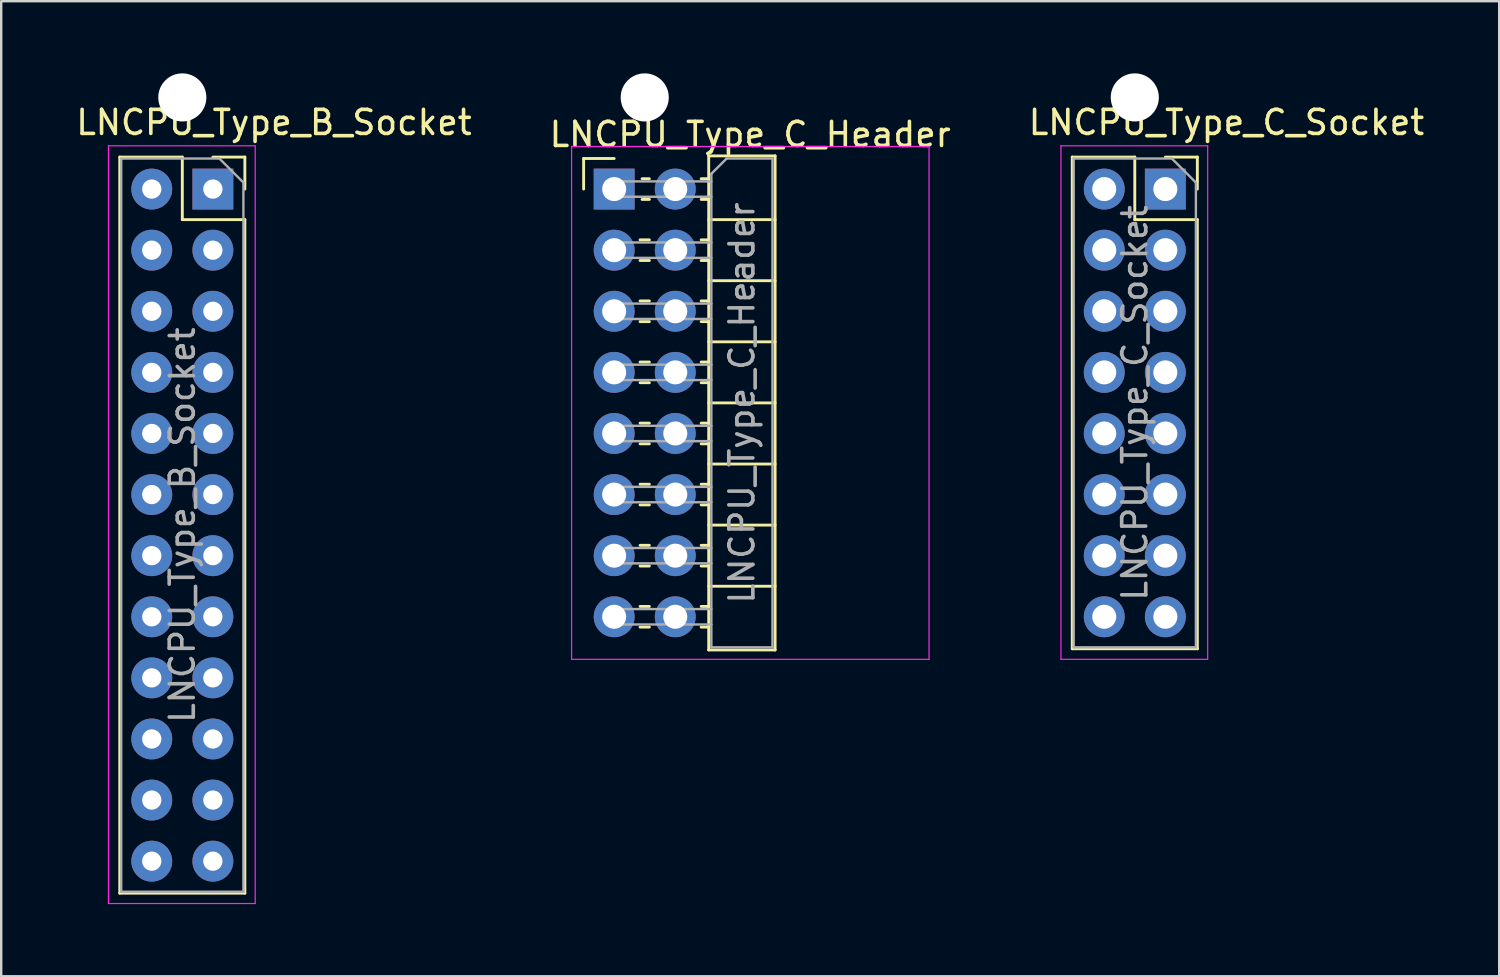
<source format=kicad_pcb>
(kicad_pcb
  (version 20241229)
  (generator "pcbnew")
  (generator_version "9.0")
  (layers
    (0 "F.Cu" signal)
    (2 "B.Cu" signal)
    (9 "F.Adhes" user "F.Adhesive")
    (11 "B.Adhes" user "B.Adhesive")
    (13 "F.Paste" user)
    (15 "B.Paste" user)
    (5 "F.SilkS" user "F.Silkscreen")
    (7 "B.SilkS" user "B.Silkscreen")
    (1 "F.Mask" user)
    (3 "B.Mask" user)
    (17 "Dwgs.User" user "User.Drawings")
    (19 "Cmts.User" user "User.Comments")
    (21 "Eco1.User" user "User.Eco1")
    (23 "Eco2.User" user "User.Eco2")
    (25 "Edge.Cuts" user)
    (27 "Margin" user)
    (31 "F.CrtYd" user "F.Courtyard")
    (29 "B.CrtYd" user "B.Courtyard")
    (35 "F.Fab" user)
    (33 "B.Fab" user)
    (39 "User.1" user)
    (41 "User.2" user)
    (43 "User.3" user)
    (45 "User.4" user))
  (footprint "LNCPU_Type_C_Socket"
    (layer "F.Cu")
    (at 45.395 4.81)
    (property "Reference" "LNCPU_Type_C_Socket" (at 2.54 -2.77 0) (layer "F.SilkS") (effects (font (size 1 1) (thickness 0.15))))
    (attr through_hole)
    (fp_line (start -3.87 -1.33) (end -3.87 19.11) (stroke (width 0.12) (type solid)) (layer "F.SilkS"))
    (fp_line (start -3.87 -1.33) (end -1.27 -1.33) (stroke (width 0.12) (type solid)) (layer "F.SilkS"))
    (fp_line (start -3.87 19.11) (end 1.33 19.11) (stroke (width 0.12) (type solid)) (layer "F.SilkS"))
    (fp_line (start -1.27 -1.33) (end -1.27 1.27) (stroke (width 0.12) (type solid)) (layer "F.SilkS"))
    (fp_line (start -1.27 1.27) (end 1.33 1.27) (stroke (width 0.12) (type solid)) (layer "F.SilkS"))
    (fp_line (start 0 -1.33) (end 1.33 -1.33) (stroke (width 0.12) (type solid)) (layer "F.SilkS"))
    (fp_line (start 1.33 -1.33) (end 1.33 0) (stroke (width 0.12) (type solid)) (layer "F.SilkS"))
    (fp_line (start 1.33 1.27) (end 1.33 19.11) (stroke (width 0.12) (type solid)) (layer "F.SilkS"))
    (fp_line (start -4.34 -1.8) (end 1.76 -1.8) (stroke (width 0.05) (type solid)) (layer "F.CrtYd"))
    (fp_line (start -4.34 19.55) (end -4.34 -1.8) (stroke (width 0.05) (type solid)) (layer "F.CrtYd"))
    (fp_line (start 1.76 -1.8) (end 1.76 19.55) (stroke (width 0.05) (type solid)) (layer "F.CrtYd"))
    (fp_line (start 1.76 19.55) (end -4.34 19.55) (stroke (width 0.05) (type solid)) (layer "F.CrtYd"))
    (fp_line (start -3.81 -1.27) (end 0.27 -1.27) (stroke (width 0.1) (type solid)) (layer "F.Fab"))
    (fp_line (start -3.81 19.05) (end -3.81 -1.27) (stroke (width 0.1) (type solid)) (layer "F.Fab"))
    (fp_line (start 0.27 -1.27) (end 1.27 -0.27) (stroke (width 0.1) (type solid)) (layer "F.Fab"))
    (fp_line (start 1.27 -0.27) (end 1.27 19.05) (stroke (width 0.1) (type solid)) (layer "F.Fab"))
    (fp_line (start 1.27 19.05) (end -3.81 19.05) (stroke (width 0.1) (type solid)) (layer "F.Fab"))
    (fp_text user "${REFERENCE}" (at -1.27 8.89 90) (layer "F.Fab") (effects (font (size 1 1) (thickness 0.15))))
    (pad "" np_thru_hole circle (at -1.27 -3.81) (size 2 2) (drill 2) (layers "*.Cu" "*.Mask"))
    (pad "1" thru_hole rect (at 0 0) (size 1.7 1.7) (drill 1) (layers "*.Cu" "*.Mask"))
    (pad "2" thru_hole circle (at -2.54 0) (size 1.7 1.7) (drill 1) (layers "*.Cu" "*.Mask"))
    (pad "3" thru_hole circle (at 0 2.54) (size 1.7 1.7) (drill 1) (layers "*.Cu" "*.Mask"))
    (pad "4" thru_hole circle (at -2.54 2.54) (size 1.7 1.7) (drill 1) (layers "*.Cu" "*.Mask"))
    (pad "5" thru_hole circle (at 0 5.08) (size 1.7 1.7) (drill 1) (layers "*.Cu" "*.Mask"))
    (pad "6" thru_hole circle (at -2.54 5.08) (size 1.7 1.7) (drill 1) (layers "*.Cu" "*.Mask"))
    (pad "7" thru_hole circle (at 0 7.62) (size 1.7 1.7) (drill 1) (layers "*.Cu" "*.Mask"))
    (pad "8" thru_hole circle (at -2.54 7.62) (size 1.7 1.7) (drill 1) (layers "*.Cu" "*.Mask"))
    (pad "9" thru_hole circle (at 0 10.16) (size 1.7 1.7) (drill 1) (layers "*.Cu" "*.Mask"))
    (pad "10" thru_hole circle (at -2.54 10.16) (size 1.7 1.7) (drill 1) (layers "*.Cu" "*.Mask"))
    (pad "11" thru_hole circle (at 0 12.7) (size 1.7 1.7) (drill 1) (layers "*.Cu" "*.Mask"))
    (pad "12" thru_hole circle (at -2.54 12.7) (size 1.7 1.7) (drill 1) (layers "*.Cu" "*.Mask"))
    (pad "13" thru_hole circle (at 0 15.24) (size 1.7 1.7) (drill 1) (layers "*.Cu" "*.Mask"))
    (pad "14" thru_hole circle (at -2.54 15.24) (size 1.7 1.7) (drill 1) (layers "*.Cu" "*.Mask"))
    (pad "15" thru_hole circle (at 0 17.78) (size 1.7 1.7) (drill 1) (layers "*.Cu" "*.Mask"))
    (pad "16" thru_hole circle (at -2.54 17.78) (size 1.7 1.7) (drill 1) (layers "*.Cu" "*.Mask")))
  (footprint "LNCPU_Type_C_Header"
    (layer "F.Cu")
    (at 22.482 4.81)
    (property "Reference" "LNCPU_Type_C_Header" (at 5.655 -2.27 0) (layer "F.SilkS") (effects (font (size 1 1) (thickness 0.15))))
    (attr through_hole)
    (fp_line (start -1.27 -1.27) (end 0 -1.27) (stroke (width 0.12) (type solid)) (layer "F.SilkS"))
    (fp_line (start -1.27 0) (end -1.27 -1.27) (stroke (width 0.12) (type solid)) (layer "F.SilkS"))
    (fp_line (start 1.077 2.11) (end 1.463 2.11) (stroke (width 0.12) (type solid)) (layer "F.SilkS"))
    (fp_line (start 1.077 2.97) (end 1.463 2.97) (stroke (width 0.12) (type solid)) (layer "F.SilkS"))
    (fp_line (start 1.077 4.65) (end 1.463 4.65) (stroke (width 0.12) (type solid)) (layer "F.SilkS"))
    (fp_line (start 1.077 5.51) (end 1.463 5.51) (stroke (width 0.12) (type solid)) (layer "F.SilkS"))
    (fp_line (start 1.077 7.19) (end 1.463 7.19) (stroke (width 0.12) (type solid)) (layer "F.SilkS"))
    (fp_line (start 1.077 8.05) (end 1.463 8.05) (stroke (width 0.12) (type solid)) (layer "F.SilkS"))
    (fp_line (start 1.077 9.73) (end 1.463 9.73) (stroke (width 0.12) (type solid)) (layer "F.SilkS"))
    (fp_line (start 1.077 10.59) (end 1.463 10.59) (stroke (width 0.12) (type solid)) (layer "F.SilkS"))
    (fp_line (start 1.077 12.27) (end 1.463 12.27) (stroke (width 0.12) (type solid)) (layer "F.SilkS"))
    (fp_line (start 1.077 13.13) (end 1.463 13.13) (stroke (width 0.12) (type solid)) (layer "F.SilkS"))
    (fp_line (start 1.077 14.81) (end 1.463 14.81) (stroke (width 0.12) (type solid)) (layer "F.SilkS"))
    (fp_line (start 1.077 15.67) (end 1.463 15.67) (stroke (width 0.12) (type solid)) (layer "F.SilkS"))
    (fp_line (start 1.077 17.35) (end 1.463 17.35) (stroke (width 0.12) (type solid)) (layer "F.SilkS"))
    (fp_line (start 1.077 18.21) (end 1.463 18.21) (stroke (width 0.12) (type solid)) (layer "F.SilkS"))
    (fp_line (start 1.16 -0.43) (end 1.463 -0.43) (stroke (width 0.12) (type solid)) (layer "F.SilkS"))
    (fp_line (start 1.16 0.43) (end 1.463 0.43) (stroke (width 0.12) (type solid)) (layer "F.SilkS"))
    (fp_line (start 3.617 -0.43) (end 3.93 -0.43) (stroke (width 0.12) (type solid)) (layer "F.SilkS"))
    (fp_line (start 3.617 0.43) (end 3.93 0.43) (stroke (width 0.12) (type solid)) (layer "F.SilkS"))
    (fp_line (start 3.617 2.11) (end 3.93 2.11) (stroke (width 0.12) (type solid)) (layer "F.SilkS"))
    (fp_line (start 3.617 2.97) (end 3.93 2.97) (stroke (width 0.12) (type solid)) (layer "F.SilkS"))
    (fp_line (start 3.617 4.65) (end 3.93 4.65) (stroke (width 0.12) (type solid)) (layer "F.SilkS"))
    (fp_line (start 3.617 5.51) (end 3.93 5.51) (stroke (width 0.12) (type solid)) (layer "F.SilkS"))
    (fp_line (start 3.617 7.19) (end 3.93 7.19) (stroke (width 0.12) (type solid)) (layer "F.SilkS"))
    (fp_line (start 3.617 8.05) (end 3.93 8.05) (stroke (width 0.12) (type solid)) (layer "F.SilkS"))
    (fp_line (start 3.617 9.73) (end 3.93 9.73) (stroke (width 0.12) (type solid)) (layer "F.SilkS"))
    (fp_line (start 3.617 10.59) (end 3.93 10.59) (stroke (width 0.12) (type solid)) (layer "F.SilkS"))
    (fp_line (start 3.617 12.27) (end 3.93 12.27) (stroke (width 0.12) (type solid)) (layer "F.SilkS"))
    (fp_line (start 3.617 13.13) (end 3.93 13.13) (stroke (width 0.12) (type solid)) (layer "F.SilkS"))
    (fp_line (start 3.617 14.81) (end 3.93 14.81) (stroke (width 0.12) (type solid)) (layer "F.SilkS"))
    (fp_line (start 3.617 15.67) (end 3.93 15.67) (stroke (width 0.12) (type solid)) (layer "F.SilkS"))
    (fp_line (start 3.617 17.35) (end 3.93 17.35) (stroke (width 0.12) (type solid)) (layer "F.SilkS"))
    (fp_line (start 3.617 18.21) (end 3.93 18.21) (stroke (width 0.12) (type solid)) (layer "F.SilkS"))
    (fp_line (start 3.93 -1.38) (end 3.93 19.16) (stroke (width 0.12) (type solid)) (layer "F.SilkS"))
    (fp_line (start 3.93 1.27) (end 6.69 1.27) (stroke (width 0.12) (type solid)) (layer "F.SilkS"))
    (fp_line (start 3.93 3.81) (end 6.69 3.81) (stroke (width 0.12) (type solid)) (layer "F.SilkS"))
    (fp_line (start 3.93 6.35) (end 6.69 6.35) (stroke (width 0.12) (type solid)) (layer "F.SilkS"))
    (fp_line (start 3.93 8.89) (end 6.69 8.89) (stroke (width 0.12) (type solid)) (layer "F.SilkS"))
    (fp_line (start 3.93 11.43) (end 6.69 11.43) (stroke (width 0.12) (type solid)) (layer "F.SilkS"))
    (fp_line (start 3.93 13.97) (end 6.69 13.97) (stroke (width 0.12) (type solid)) (layer "F.SilkS"))
    (fp_line (start 3.93 16.51) (end 6.69 16.51) (stroke (width 0.12) (type solid)) (layer "F.SilkS"))
    (fp_line (start 3.93 19.16) (end 6.69 19.16) (stroke (width 0.12) (type solid)) (layer "F.SilkS"))
    (fp_line (start 6.69 -1.38) (end 3.93 -1.38) (stroke (width 0.12) (type solid)) (layer "F.SilkS"))
    (fp_line (start 6.69 19.16) (end 6.69 -1.38) (stroke (width 0.12) (type solid)) (layer "F.SilkS"))
    (fp_line (start -1.77 -1.77) (end -1.77 19.55) (stroke (width 0.05) (type solid)) (layer "F.CrtYd"))
    (fp_line (start -1.77 19.55) (end 13.09 19.55) (stroke (width 0.05) (type solid)) (layer "F.CrtYd"))
    (fp_line (start 13.09 -1.77) (end -1.77 -1.77) (stroke (width 0.05) (type solid)) (layer "F.CrtYd"))
    (fp_line (start 13.09 19.55) (end 13.09 -1.77) (stroke (width 0.05) (type solid)) (layer "F.CrtYd"))
    (fp_line (start -0.32 -0.32) (end -0.32 0.32) (stroke (width 0.1) (type solid)) (layer "F.Fab"))
    (fp_line (start -0.32 -0.32) (end 4.04 -0.32) (stroke (width 0.1) (type solid)) (layer "F.Fab"))
    (fp_line (start -0.32 0.32) (end 4.04 0.32) (stroke (width 0.1) (type solid)) (layer "F.Fab"))
    (fp_line (start -0.32 2.22) (end -0.32 2.86) (stroke (width 0.1) (type solid)) (layer "F.Fab"))
    (fp_line (start -0.32 2.22) (end 4.04 2.22) (stroke (width 0.1) (type solid)) (layer "F.Fab"))
    (fp_line (start -0.32 2.86) (end 4.04 2.86) (stroke (width 0.1) (type solid)) (layer "F.Fab"))
    (fp_line (start -0.32 4.76) (end -0.32 5.4) (stroke (width 0.1) (type solid)) (layer "F.Fab"))
    (fp_line (start -0.32 4.76) (end 4.04 4.76) (stroke (width 0.1) (type solid)) (layer "F.Fab"))
    (fp_line (start -0.32 5.4) (end 4.04 5.4) (stroke (width 0.1) (type solid)) (layer "F.Fab"))
    (fp_line (start -0.32 7.3) (end -0.32 7.94) (stroke (width 0.1) (type solid)) (layer "F.Fab"))
    (fp_line (start -0.32 7.3) (end 4.04 7.3) (stroke (width 0.1) (type solid)) (layer "F.Fab"))
    (fp_line (start -0.32 7.94) (end 4.04 7.94) (stroke (width 0.1) (type solid)) (layer "F.Fab"))
    (fp_line (start -0.32 9.84) (end -0.32 10.48) (stroke (width 0.1) (type solid)) (layer "F.Fab"))
    (fp_line (start -0.32 9.84) (end 4.04 9.84) (stroke (width 0.1) (type solid)) (layer "F.Fab"))
    (fp_line (start -0.32 10.48) (end 4.04 10.48) (stroke (width 0.1) (type solid)) (layer "F.Fab"))
    (fp_line (start -0.32 12.38) (end -0.32 13.02) (stroke (width 0.1) (type solid)) (layer "F.Fab"))
    (fp_line (start -0.32 12.38) (end 4.04 12.38) (stroke (width 0.1) (type solid)) (layer "F.Fab"))
    (fp_line (start -0.32 13.02) (end 4.04 13.02) (stroke (width 0.1) (type solid)) (layer "F.Fab"))
    (fp_line (start -0.32 14.92) (end -0.32 15.56) (stroke (width 0.1) (type solid)) (layer "F.Fab"))
    (fp_line (start -0.32 14.92) (end 4.04 14.92) (stroke (width 0.1) (type solid)) (layer "F.Fab"))
    (fp_line (start -0.32 15.56) (end 4.04 15.56) (stroke (width 0.1) (type solid)) (layer "F.Fab"))
    (fp_line (start -0.32 17.46) (end -0.32 18.1) (stroke (width 0.1) (type solid)) (layer "F.Fab"))
    (fp_line (start -0.32 17.46) (end 4.04 17.46) (stroke (width 0.1) (type solid)) (layer "F.Fab"))
    (fp_line (start -0.32 18.1) (end 4.04 18.1) (stroke (width 0.1) (type solid)) (layer "F.Fab"))
    (fp_line (start 4.04 -0.635) (end 4.675 -1.27) (stroke (width 0.1) (type solid)) (layer "F.Fab"))
    (fp_line (start 4.04 19.05) (end 4.04 -0.635) (stroke (width 0.1) (type solid)) (layer "F.Fab"))
    (fp_line (start 4.675 -1.27) (end 6.58 -1.27) (stroke (width 0.1) (type solid)) (layer "F.Fab"))
    (fp_line (start 6.58 -1.27) (end 6.58 19.05) (stroke (width 0.1) (type solid)) (layer "F.Fab"))
    (fp_line (start 6.58 19.05) (end 4.04 19.05) (stroke (width 0.1) (type solid)) (layer "F.Fab"))
    (fp_text user "${REFERENCE}" (at 5.31 8.89 90) (layer "F.Fab") (effects (font (size 1 1) (thickness 0.15))))
    (pad "" np_thru_hole circle (at 1.27 -3.81) (size 2 2) (drill 2) (layers "*.Cu" "*.Mask"))
    (pad "1" thru_hole rect (at 0 0) (size 1.7 1.7) (drill 1) (layers "*.Cu" "*.Mask"))
    (pad "2" thru_hole circle (at 2.54 0) (size 1.7 1.7) (drill 1) (layers "*.Cu" "*.Mask"))
    (pad "3" thru_hole circle (at 0 2.54) (size 1.7 1.7) (drill 1) (layers "*.Cu" "*.Mask"))
    (pad "4" thru_hole circle (at 2.54 2.54) (size 1.7 1.7) (drill 1) (layers "*.Cu" "*.Mask"))
    (pad "5" thru_hole circle (at 0 5.08) (size 1.7 1.7) (drill 1) (layers "*.Cu" "*.Mask"))
    (pad "6" thru_hole circle (at 2.54 5.08) (size 1.7 1.7) (drill 1) (layers "*.Cu" "*.Mask"))
    (pad "7" thru_hole circle (at 0 7.62) (size 1.7 1.7) (drill 1) (layers "*.Cu" "*.Mask"))
    (pad "8" thru_hole circle (at 2.54 7.62) (size 1.7 1.7) (drill 1) (layers "*.Cu" "*.Mask"))
    (pad "9" thru_hole circle (at 0 10.16) (size 1.7 1.7) (drill 1) (layers "*.Cu" "*.Mask"))
    (pad "10" thru_hole circle (at 2.54 10.16) (size 1.7 1.7) (drill 1) (layers "*.Cu" "*.Mask"))
    (pad "11" thru_hole circle (at 0 12.7) (size 1.7 1.7) (drill 1) (layers "*.Cu" "*.Mask"))
    (pad "12" thru_hole circle (at 2.54 12.7) (size 1.7 1.7) (drill 1) (layers "*.Cu" "*.Mask"))
    (pad "13" thru_hole circle (at 0 15.24) (size 1.7 1.7) (drill 1) (layers "*.Cu" "*.Mask"))
    (pad "14" thru_hole circle (at 2.54 15.24) (size 1.7 1.7) (drill 1) (layers "*.Cu" "*.Mask"))
    (pad "15" thru_hole circle (at 0 17.78) (size 1.7 1.7) (drill 1) (layers "*.Cu" "*.Mask"))
    (pad "16" thru_hole circle (at 2.54 17.78) (size 1.7 1.7) (drill 1) (layers "*.Cu" "*.Mask")))
  (footprint "LNCPU_Type_B_Socket"
    (layer "F.Cu")
    (at 5.799 4.81)
    (property "Reference" "LNCPU_Type_B_Socket" (at 2.54 -2.77 0) (layer "F.SilkS") (effects (font (size 1 1) (thickness 0.15))))
    (attr through_hole)
    (fp_line (start -3.87 -1.33) (end -3.87 29.27) (stroke (width 0.12) (type solid)) (layer "F.SilkS"))
    (fp_line (start -3.87 -1.33) (end -1.27 -1.33) (stroke (width 0.12) (type solid)) (layer "F.SilkS"))
    (fp_line (start -3.87 29.27) (end 1.33 29.27) (stroke (width 0.12) (type solid)) (layer "F.SilkS"))
    (fp_line (start -1.27 -1.33) (end -1.27 1.27) (stroke (width 0.12) (type solid)) (layer "F.SilkS"))
    (fp_line (start -1.27 1.27) (end 1.33 1.27) (stroke (width 0.12) (type solid)) (layer "F.SilkS"))
    (fp_line (start 0 -1.33) (end 1.33 -1.33) (stroke (width 0.12) (type solid)) (layer "F.SilkS"))
    (fp_line (start 1.33 -1.33) (end 1.33 0) (stroke (width 0.12) (type solid)) (layer "F.SilkS"))
    (fp_line (start 1.33 1.27) (end 1.33 29.27) (stroke (width 0.12) (type solid)) (layer "F.SilkS"))
    (fp_line (start -4.34 -1.8) (end 1.76 -1.8) (stroke (width 0.05) (type solid)) (layer "F.CrtYd"))
    (fp_line (start -4.34 29.7) (end -4.34 -1.8) (stroke (width 0.05) (type solid)) (layer "F.CrtYd"))
    (fp_line (start 1.76 -1.8) (end 1.76 29.7) (stroke (width 0.05) (type solid)) (layer "F.CrtYd"))
    (fp_line (start 1.76 29.7) (end -4.34 29.7) (stroke (width 0.05) (type solid)) (layer "F.CrtYd"))
    (fp_line (start -3.81 -1.27) (end 0.27 -1.27) (stroke (width 0.1) (type solid)) (layer "F.Fab"))
    (fp_line (start -3.81 29.21) (end -3.81 -1.27) (stroke (width 0.1) (type solid)) (layer "F.Fab"))
    (fp_line (start 0.27 -1.27) (end 1.27 -0.27) (stroke (width 0.1) (type solid)) (layer "F.Fab"))
    (fp_line (start 1.27 -0.27) (end 1.27 29.21) (stroke (width 0.1) (type solid)) (layer "F.Fab"))
    (fp_line (start 1.27 29.21) (end -3.81 29.21) (stroke (width 0.1) (type solid)) (layer "F.Fab"))
    (fp_text user "${REFERENCE}" (at -1.27 13.97 90) (layer "F.Fab") (effects (font (size 1 1) (thickness 0.15))))
    (pad "" np_thru_hole circle (at -1.27 -3.81) (size 2 2) (drill 2) (layers "*.Cu" "*.Mask"))
    (pad "1" thru_hole rect (at 0 0) (size 1.7 1.7) (drill 0.8) (layers "*.Cu" "*.Mask"))
    (pad "2" thru_hole circle (at -2.54 0) (size 1.7 1.7) (drill 0.8) (layers "*.Cu" "*.Mask"))
    (pad "3" thru_hole circle (at 0 2.54) (size 1.7 1.7) (drill 0.8) (layers "*.Cu" "*.Mask"))
    (pad "4" thru_hole circle (at -2.54 2.54) (size 1.7 1.7) (drill 0.8) (layers "*.Cu" "*.Mask"))
    (pad "5" thru_hole circle (at 0 5.08) (size 1.7 1.7) (drill 0.8) (layers "*.Cu" "*.Mask"))
    (pad "6" thru_hole circle (at -2.54 5.08) (size 1.7 1.7) (drill 0.8) (layers "*.Cu" "*.Mask"))
    (pad "7" thru_hole circle (at 0 7.62) (size 1.7 1.7) (drill 0.8) (layers "*.Cu" "*.Mask"))
    (pad "8" thru_hole circle (at -2.54 7.62) (size 1.7 1.7) (drill 0.8) (layers "*.Cu" "*.Mask"))
    (pad "9" thru_hole circle (at 0 10.16) (size 1.7 1.7) (drill 0.8) (layers "*.Cu" "*.Mask"))
    (pad "10" thru_hole circle (at -2.54 10.16) (size 1.7 1.7) (drill 0.8) (layers "*.Cu" "*.Mask"))
    (pad "11" thru_hole circle (at 0 12.7) (size 1.7 1.7) (drill 0.8) (layers "*.Cu" "*.Mask"))
    (pad "12" thru_hole circle (at -2.54 12.7) (size 1.7 1.7) (drill 0.8) (layers "*.Cu" "*.Mask"))
    (pad "13" thru_hole circle (at 0 15.24) (size 1.7 1.7) (drill 0.8) (layers "*.Cu" "*.Mask"))
    (pad "14" thru_hole circle (at -2.54 15.24) (size 1.7 1.7) (drill 0.8) (layers "*.Cu" "*.Mask"))
    (pad "15" thru_hole circle (at 0 17.78) (size 1.7 1.7) (drill 0.8) (layers "*.Cu" "*.Mask"))
    (pad "16" thru_hole circle (at -2.54 17.78) (size 1.7 1.7) (drill 0.8) (layers "*.Cu" "*.Mask"))
    (pad "17" thru_hole circle (at 0 20.32) (size 1.7 1.7) (drill 0.8) (layers "*.Cu" "*.Mask"))
    (pad "18" thru_hole circle (at -2.54 20.32) (size 1.7 1.7) (drill 0.8) (layers "*.Cu" "*.Mask"))
    (pad "19" thru_hole circle (at 0 22.86) (size 1.7 1.7) (drill 0.8) (layers "*.Cu" "*.Mask"))
    (pad "20" thru_hole circle (at -2.54 22.86) (size 1.7 1.7) (drill 0.8) (layers "*.Cu" "*.Mask"))
    (pad "21" thru_hole circle (at 0 25.4) (size 1.7 1.7) (drill 0.8) (layers "*.Cu" "*.Mask"))
    (pad "22" thru_hole circle (at -2.54 25.4) (size 1.7 1.7) (drill 0.8) (layers "*.Cu" "*.Mask"))
    (pad "23" thru_hole circle (at 0 27.94) (size 1.7 1.7) (drill 0.8) (layers "*.Cu" "*.Mask"))
    (pad "24" thru_hole circle (at -2.54 27.94) (size 1.7 1.7) (drill 0.8) (layers "*.Cu" "*.Mask")))
  (gr_rect
    (start -3 -3)
    (end 59.274 37.535)
    (stroke (width 0.1) (type default))
    (fill no)
    (layer "Edge.Cuts")))
</source>
